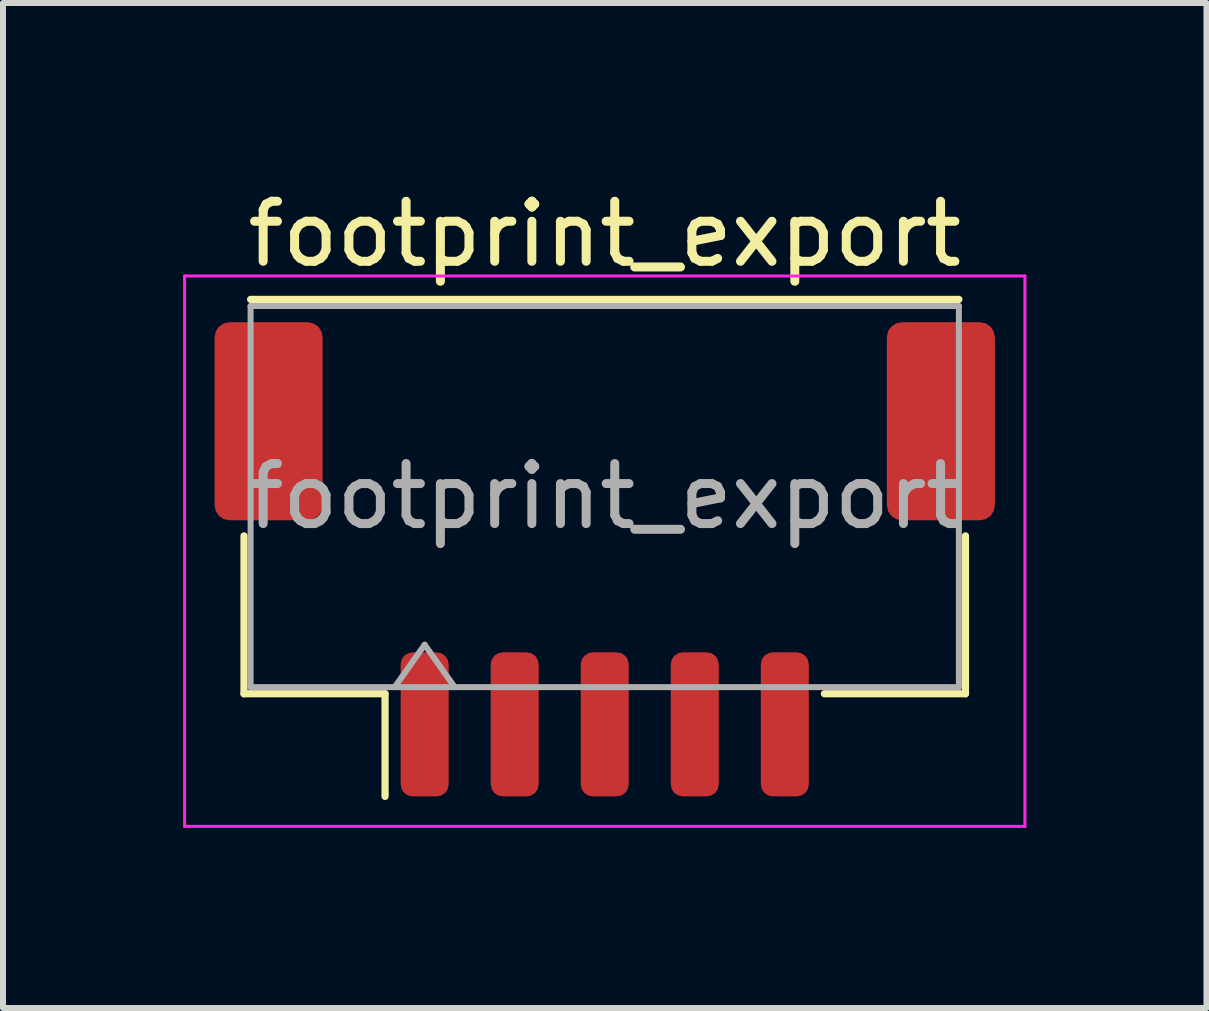
<source format=kicad_pcb>
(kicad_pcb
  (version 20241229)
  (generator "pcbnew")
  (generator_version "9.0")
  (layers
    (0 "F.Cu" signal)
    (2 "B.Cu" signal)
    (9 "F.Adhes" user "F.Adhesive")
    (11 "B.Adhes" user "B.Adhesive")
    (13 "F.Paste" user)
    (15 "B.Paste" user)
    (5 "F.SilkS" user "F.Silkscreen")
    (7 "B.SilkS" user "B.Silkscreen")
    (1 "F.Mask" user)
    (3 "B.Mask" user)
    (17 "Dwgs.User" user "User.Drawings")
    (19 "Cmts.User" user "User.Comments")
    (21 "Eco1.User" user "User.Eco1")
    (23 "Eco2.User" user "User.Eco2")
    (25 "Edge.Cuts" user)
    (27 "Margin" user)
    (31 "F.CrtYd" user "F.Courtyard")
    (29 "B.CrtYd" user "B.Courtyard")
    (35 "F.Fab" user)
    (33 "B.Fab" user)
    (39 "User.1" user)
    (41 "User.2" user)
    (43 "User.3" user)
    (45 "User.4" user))
  (footprint "footprint_export"
    (layer "F.Cu")
    (at 7.025 6.268)
    (property "Reference" "footprint_export" (at 0 -5.42 0) (layer "F.SilkS") (effects (font (size 1 1) (thickness 0.15))))
    (attr smd)
    (fp_line (start -6.01 -0.39) (end -6.01 2.24) (stroke (width 0.12) (type solid)) (layer "F.SilkS"))
    (fp_line (start -6.01 2.24) (end -3.66 2.24) (stroke (width 0.12) (type solid)) (layer "F.SilkS"))
    (fp_line (start -5.9 -4.33) (end 5.9 -4.33) (stroke (width 0.12) (type solid)) (layer "F.SilkS"))
    (fp_line (start -3.66 2.24) (end -3.66 3.95) (stroke (width 0.12) (type solid)) (layer "F.SilkS"))
    (fp_line (start 6.01 -0.39) (end 6.01 2.24) (stroke (width 0.12) (type solid)) (layer "F.SilkS"))
    (fp_line (start 6.01 2.24) (end 3.66 2.24) (stroke (width 0.12) (type solid)) (layer "F.SilkS"))
    (fp_line (start -7 -4.72) (end -7 4.45) (stroke (width 0.05) (type solid)) (layer "F.CrtYd"))
    (fp_line (start -7 4.45) (end 7 4.45) (stroke (width 0.05) (type solid)) (layer "F.CrtYd"))
    (fp_line (start 7 -4.72) (end -7 -4.72) (stroke (width 0.05) (type solid)) (layer "F.CrtYd"))
    (fp_line (start 7 4.45) (end 7 -4.72) (stroke (width 0.05) (type solid)) (layer "F.CrtYd"))
    (fp_line (start -5.9 -4.22) (end 5.9 -4.22) (stroke (width 0.1) (type solid)) (layer "F.Fab"))
    (fp_line (start -5.9 2.13) (end -5.9 -4.22) (stroke (width 0.1) (type solid)) (layer "F.Fab"))
    (fp_line (start -5.9 2.13) (end 5.9 2.13) (stroke (width 0.1) (type solid)) (layer "F.Fab"))
    (fp_line (start -3.5 2.13) (end -3 1.423) (stroke (width 0.1) (type solid)) (layer "F.Fab"))
    (fp_line (start -3 1.423) (end -2.5 2.13) (stroke (width 0.1) (type solid)) (layer "F.Fab"))
    (fp_line (start 5.9 2.13) (end 5.9 -4.22) (stroke (width 0.1) (type solid)) (layer "F.Fab"))
    (fp_text user "${REFERENCE}" (at 0 -1.05 0) (layer "F.Fab") (effects (font (size 1 1) (thickness 0.15))))
    (pad "1" smd roundrect (at -3 2.75) (size 0.8 2.4) (layers "F.Cu" "F.Mask" "F.Paste") (roundrect_rratio 0.25))
    (pad "2" smd roundrect (at -1.5 2.75) (size 0.8 2.4) (layers "F.Cu" "F.Mask" "F.Paste") (roundrect_rratio 0.25))
    (pad "3" smd roundrect (at 0 2.75) (size 0.8 2.4) (layers "F.Cu" "F.Mask" "F.Paste") (roundrect_rratio 0.25))
    (pad "4" smd roundrect (at 1.5 2.75) (size 0.8 2.4) (layers "F.Cu" "F.Mask" "F.Paste") (roundrect_rratio 0.25))
    (pad "5" smd roundrect (at 3 2.75) (size 0.8 2.4) (layers "F.Cu" "F.Mask" "F.Paste") (roundrect_rratio 0.25))
    (pad "MP" smd roundrect (at -5.6 -2.3) (size 1.8 3.3) (layers "F.Cu" "F.Mask" "F.Paste") (roundrect_rratio 0.139))
    (pad "MP" smd roundrect (at 5.6 -2.3) (size 1.8 3.3) (layers "F.Cu" "F.Mask" "F.Paste") (roundrect_rratio 0.139)))
  (gr_rect
    (start -3 -3)
    (end 17.05 13.743)
    (stroke (width 0.1) (type default))
    (fill no)
    (layer "Edge.Cuts")))
</source>
